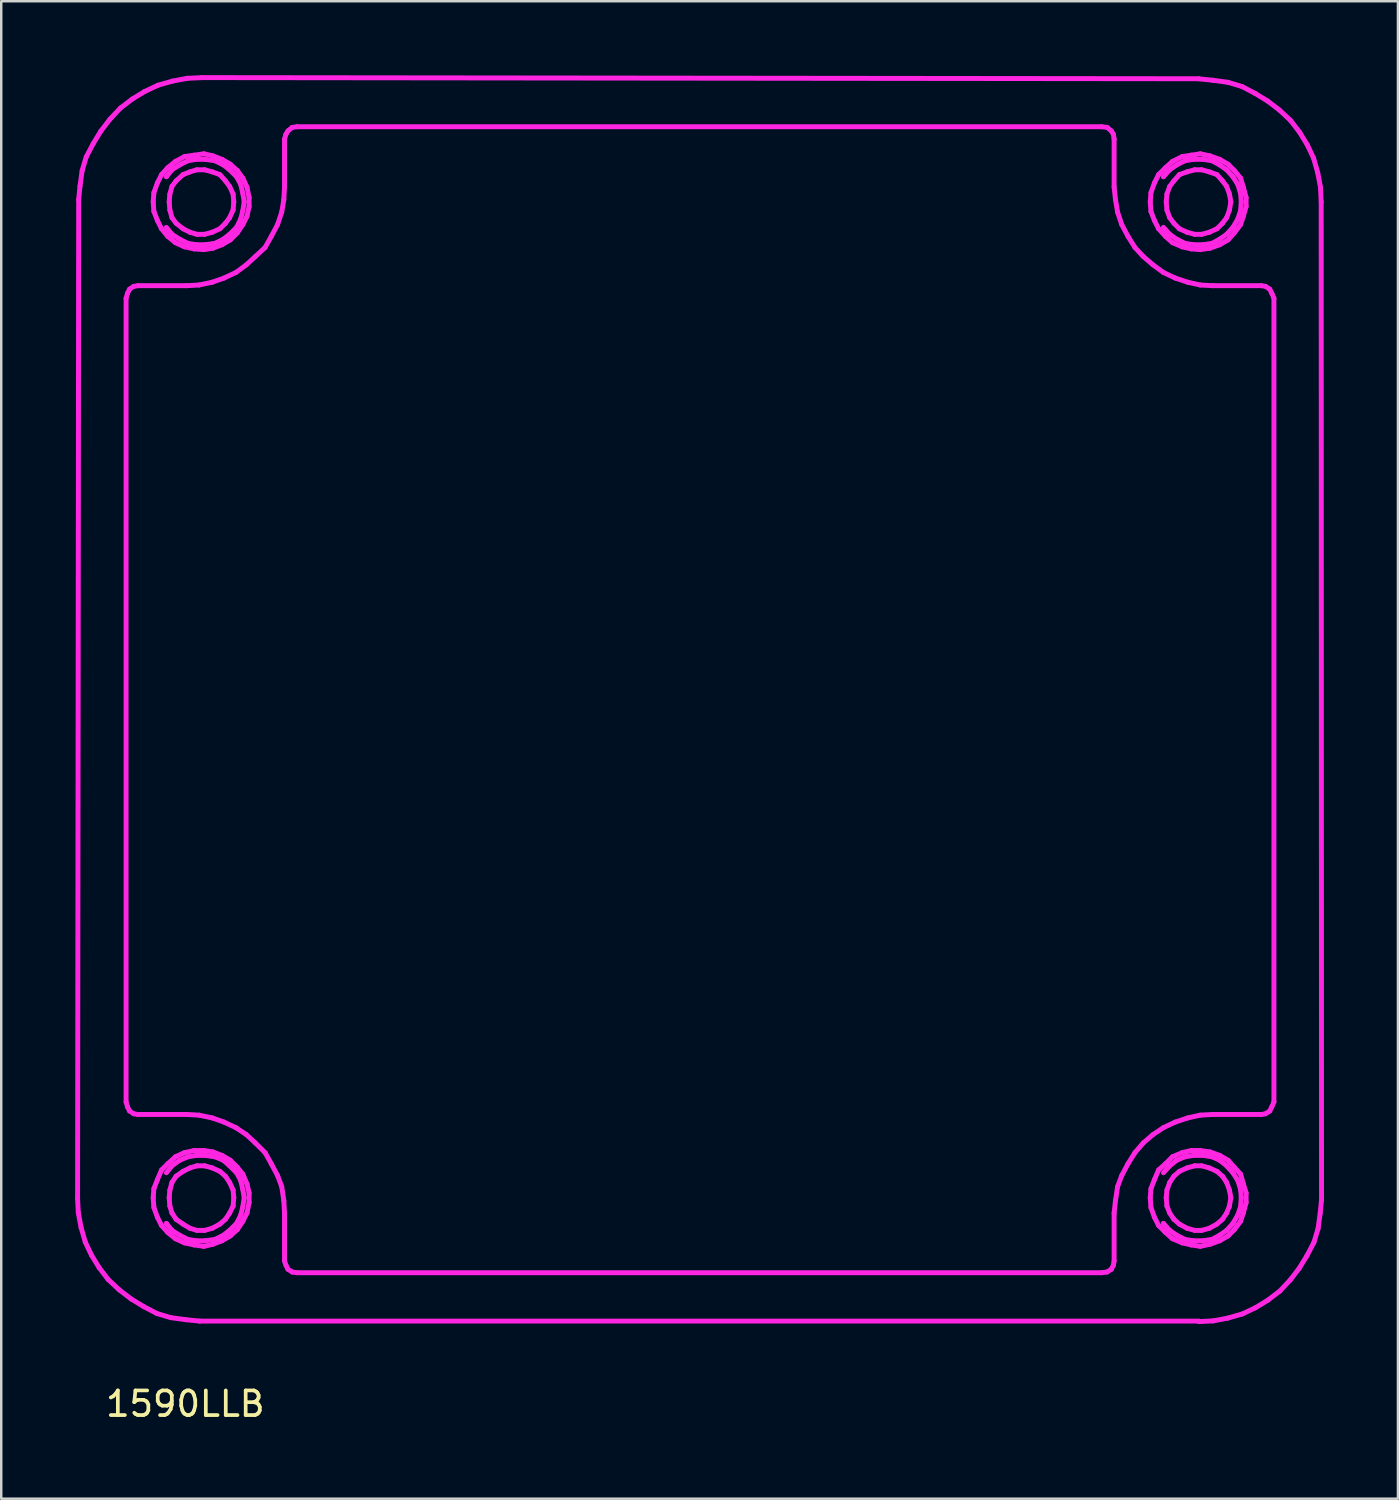
<source format=kicad_pcb>
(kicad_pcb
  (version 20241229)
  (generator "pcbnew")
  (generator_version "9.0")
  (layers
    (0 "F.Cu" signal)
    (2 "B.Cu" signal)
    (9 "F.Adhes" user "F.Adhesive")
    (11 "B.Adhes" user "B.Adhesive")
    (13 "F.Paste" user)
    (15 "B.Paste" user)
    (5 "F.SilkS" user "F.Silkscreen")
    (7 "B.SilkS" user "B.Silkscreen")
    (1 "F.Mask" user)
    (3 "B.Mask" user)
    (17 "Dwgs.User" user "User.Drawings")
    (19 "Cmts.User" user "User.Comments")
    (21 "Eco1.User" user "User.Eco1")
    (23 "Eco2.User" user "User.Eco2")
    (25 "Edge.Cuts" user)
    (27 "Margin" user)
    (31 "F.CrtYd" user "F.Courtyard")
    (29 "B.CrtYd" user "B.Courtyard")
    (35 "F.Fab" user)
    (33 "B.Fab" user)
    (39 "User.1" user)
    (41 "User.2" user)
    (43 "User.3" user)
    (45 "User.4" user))
  (footprint "1590LLB"
    (layer "F.Cu")
    (at 25.272 25.042)
    (property "Reference" "1590LLB" (at -20.8 28.9 0) (layer "F.SilkS") (effects (font (size 1 1) (thickness 0.15))))
    (attr through_hole)
    (fp_line (start -25.143 21.144) (end -25.172 20.553) (stroke (width 0.2) (type solid)) (layer "F.CrtYd"))
    (fp_line (start -25.129 -19.981) (end -25.073 -20.545) (stroke (width 0.2) (type solid)) (layer "F.CrtYd"))
    (fp_line (start -25.128 -20) (end -25.172 20.572) (stroke (width 0.2) (type solid)) (layer "F.CrtYd"))
    (fp_line (start -25.073 -20.545) (end -24.988 -21.164) (stroke (width 0.2) (type solid)) (layer "F.CrtYd"))
    (fp_line (start -25.031 21.736) (end -25.143 21.144) (stroke (width 0.2) (type solid)) (layer "F.CrtYd"))
    (fp_line (start -24.988 -21.164) (end -24.819 -21.728) (stroke (width 0.2) (type solid)) (layer "F.CrtYd"))
    (fp_line (start -24.861 22.328) (end -25.031 21.736) (stroke (width 0.2) (type solid)) (layer "F.CrtYd"))
    (fp_line (start -24.819 -21.728) (end -24.537 -22.263) (stroke (width 0.2) (type solid)) (layer "F.CrtYd"))
    (fp_line (start -24.608 22.863) (end -24.861 22.328) (stroke (width 0.2) (type solid)) (layer "F.CrtYd"))
    (fp_line (start -24.537 -22.263) (end -24.227 -22.771) (stroke (width 0.2) (type solid)) (layer "F.CrtYd"))
    (fp_line (start -24.297 23.371) (end -24.608 22.863) (stroke (width 0.2) (type solid)) (layer "F.CrtYd"))
    (fp_line (start -24.227 -22.771) (end -23.86 -23.25) (stroke (width 0.2) (type solid)) (layer "F.CrtYd"))
    (fp_line (start -23.931 23.85) (end -24.297 23.371) (stroke (width 0.2) (type solid)) (layer "F.CrtYd"))
    (fp_line (start -23.86 -23.25) (end -23.437 -23.701) (stroke (width 0.2) (type solid)) (layer "F.CrtYd"))
    (fp_line (start -23.479 24.272) (end -23.931 23.85) (stroke (width 0.2) (type solid)) (layer "F.CrtYd"))
    (fp_line (start -23.437 -23.701) (end -22.957 -24.067) (stroke (width 0.2) (type solid)) (layer "F.CrtYd"))
    (fp_line (start -23.203 16.644) (end -23.203 -15.987) (stroke (width 0.2) (type solid)) (layer "F.CrtYd"))
    (fp_line (start -23.203 16.644) (end -23.146 16.841) (stroke (width 0.2) (type solid)) (layer "F.CrtYd"))
    (fp_line (start -23.146 -16.184) (end -23.203 -15.987) (stroke (width 0.2) (type solid)) (layer "F.CrtYd"))
    (fp_line (start -23.146 16.841) (end -23.062 17.01) (stroke (width 0.2) (type solid)) (layer "F.CrtYd"))
    (fp_line (start -23.062 -16.353) (end -23.146 -16.184) (stroke (width 0.2) (type solid)) (layer "F.CrtYd"))
    (fp_line (start -23.062 17.01) (end -22.893 17.123) (stroke (width 0.2) (type solid)) (layer "F.CrtYd"))
    (fp_line (start -23 24.639) (end -23.479 24.272) (stroke (width 0.2) (type solid)) (layer "F.CrtYd"))
    (fp_line (start -22.957 -24.067) (end -22.45 -24.377) (stroke (width 0.2) (type solid)) (layer "F.CrtYd"))
    (fp_line (start -22.893 -16.466) (end -23.062 -16.353) (stroke (width 0.2) (type solid)) (layer "F.CrtYd"))
    (fp_line (start -22.893 17.123) (end -22.723 17.151) (stroke (width 0.2) (type solid)) (layer "F.CrtYd"))
    (fp_line (start -22.723 -16.494) (end -20.749 -16.494) (stroke (width 0.2) (type solid)) (layer "F.CrtYd"))
    (fp_line (start -22.723 -16.494) (end -22.893 -16.466) (stroke (width 0.2) (type solid)) (layer "F.CrtYd"))
    (fp_line (start -22.723 17.151) (end -20.749 17.151) (stroke (width 0.2) (type solid)) (layer "F.CrtYd"))
    (fp_line (start -22.492 24.948) (end -23 24.639) (stroke (width 0.2) (type solid)) (layer "F.CrtYd"))
    (fp_line (start -22.45 -24.377) (end -21.914 -24.63) (stroke (width 0.2) (type solid)) (layer "F.CrtYd"))
    (fp_line (start -22.103 20.532) (end -22.075 20.166) (stroke (width 0.2) (type solid)) (layer "F.CrtYd"))
    (fp_line (start -22.103 -19.904) (end -22.075 -20.27) (stroke (width 0.2) (type solid)) (layer "F.CrtYd"))
    (fp_line (start -22.075 -20.27) (end -21.933 -20.665) (stroke (width 0.2) (type solid)) (layer "F.CrtYd"))
    (fp_line (start -22.075 -19.509) (end -22.103 -19.904) (stroke (width 0.2) (type solid)) (layer "F.CrtYd"))
    (fp_line (start -22.075 20.166) (end -21.933 19.8) (stroke (width 0.2) (type solid)) (layer "F.CrtYd"))
    (fp_line (start -22.075 20.927) (end -22.103 20.532) (stroke (width 0.2) (type solid)) (layer "F.CrtYd"))
    (fp_line (start -21.956 25.23) (end -22.492 24.948) (stroke (width 0.2) (type solid)) (layer "F.CrtYd"))
    (fp_line (start -21.933 -20.665) (end -21.764 -21.003) (stroke (width 0.2) (type solid)) (layer "F.CrtYd"))
    (fp_line (start -21.933 -19.143) (end -22.075 -19.509) (stroke (width 0.2) (type solid)) (layer "F.CrtYd"))
    (fp_line (start -21.933 19.8) (end -21.764 19.405) (stroke (width 0.2) (type solid)) (layer "F.CrtYd"))
    (fp_line (start -21.933 21.321) (end -22.075 20.927) (stroke (width 0.2) (type solid)) (layer "F.CrtYd"))
    (fp_line (start -21.914 -24.63) (end -21.321 -24.799) (stroke (width 0.2) (type solid)) (layer "F.CrtYd"))
    (fp_line (start -21.764 -21.003) (end -21.51 -21.285) (stroke (width 0.2) (type solid)) (layer "F.CrtYd"))
    (fp_line (start -21.764 -18.805) (end -21.933 -19.143) (stroke (width 0.2) (type solid)) (layer "F.CrtYd"))
    (fp_line (start -21.764 19.405) (end -21.51 19.152) (stroke (width 0.2) (type solid)) (layer "F.CrtYd"))
    (fp_line (start -21.764 21.659) (end -21.933 21.321) (stroke (width 0.2) (type solid)) (layer "F.CrtYd"))
    (fp_line (start -21.567 -20.918) (end -21.567 -20.918) (stroke (width 0.2) (type solid)) (layer "F.CrtYd"))
    (fp_line (start -21.567 -18.861) (end -21.341 -18.579) (stroke (width 0.2) (type solid)) (layer "F.CrtYd"))
    (fp_line (start -21.567 21.575) (end -21.567 21.575) (stroke (width 0.2) (type solid)) (layer "F.CrtYd"))
    (fp_line (start -21.567 21.575) (end -21.341 21.857) (stroke (width 0.2) (type solid)) (layer "F.CrtYd"))
    (fp_line (start -21.51 -21.285) (end -21.2 -21.538) (stroke (width 0.2) (type solid)) (layer "F.CrtYd"))
    (fp_line (start -21.51 -18.495) (end -21.764 -18.805) (stroke (width 0.2) (type solid)) (layer "F.CrtYd"))
    (fp_line (start -21.51 19.152) (end -21.2 18.87) (stroke (width 0.2) (type solid)) (layer "F.CrtYd"))
    (fp_line (start -21.51 21.941) (end -21.764 21.659) (stroke (width 0.2) (type solid)) (layer "F.CrtYd"))
    (fp_line (start -21.454 20.532) (end -21.426 20.87) (stroke (width 0.2) (type solid)) (layer "F.CrtYd"))
    (fp_line (start -21.454 -19.904) (end -21.426 -19.566) (stroke (width 0.2) (type solid)) (layer "F.CrtYd"))
    (fp_line (start -21.426 20.222) (end -21.454 20.532) (stroke (width 0.2) (type solid)) (layer "F.CrtYd"))
    (fp_line (start -21.426 20.87) (end -21.341 21.152) (stroke (width 0.2) (type solid)) (layer "F.CrtYd"))
    (fp_line (start -21.426 -20.214) (end -21.454 -19.904) (stroke (width 0.2) (type solid)) (layer "F.CrtYd"))
    (fp_line (start -21.426 -19.566) (end -21.341 -19.256) (stroke (width 0.2) (type solid)) (layer "F.CrtYd"))
    (fp_line (start -21.392 25.399) (end -21.956 25.23) (stroke (width 0.2) (type solid)) (layer "F.CrtYd"))
    (fp_line (start -21.341 -21.2) (end -21.567 -20.918) (stroke (width 0.2) (type solid)) (layer "F.CrtYd"))
    (fp_line (start -21.341 -18.579) (end -21.031 -18.382) (stroke (width 0.2) (type solid)) (layer "F.CrtYd"))
    (fp_line (start -21.341 19.912) (end -21.426 20.222) (stroke (width 0.2) (type solid)) (layer "F.CrtYd"))
    (fp_line (start -21.341 21.152) (end -21.172 21.406) (stroke (width 0.2) (type solid)) (layer "F.CrtYd"))
    (fp_line (start -21.341 19.236) (end -21.567 19.518) (stroke (width 0.2) (type solid)) (layer "F.CrtYd"))
    (fp_line (start -21.341 21.857) (end -21.031 22.054) (stroke (width 0.2) (type solid)) (layer "F.CrtYd"))
    (fp_line (start -21.341 -20.524) (end -21.426 -20.214) (stroke (width 0.2) (type solid)) (layer "F.CrtYd"))
    (fp_line (start -21.341 -19.256) (end -21.172 -19.03) (stroke (width 0.2) (type solid)) (layer "F.CrtYd"))
    (fp_line (start -21.321 -24.799) (end -20.729 -24.912) (stroke (width 0.2) (type solid)) (layer "F.CrtYd"))
    (fp_line (start -21.2 -21.538) (end -20.833 -21.735) (stroke (width 0.2) (type solid)) (layer "F.CrtYd"))
    (fp_line (start -21.2 -18.241) (end -21.51 -18.495) (stroke (width 0.2) (type solid)) (layer "F.CrtYd"))
    (fp_line (start -21.2 18.87) (end -20.833 18.701) (stroke (width 0.2) (type solid)) (layer "F.CrtYd"))
    (fp_line (start -21.2 22.195) (end -21.51 21.941) (stroke (width 0.2) (type solid)) (layer "F.CrtYd"))
    (fp_line (start -21.172 19.659) (end -21.341 19.912) (stroke (width 0.2) (type solid)) (layer "F.CrtYd"))
    (fp_line (start -21.172 21.406) (end -20.89 21.603) (stroke (width 0.2) (type solid)) (layer "F.CrtYd"))
    (fp_line (start -21.172 -20.749) (end -21.341 -20.524) (stroke (width 0.2) (type solid)) (layer "F.CrtYd"))
    (fp_line (start -21.172 -19.03) (end -20.89 -18.805) (stroke (width 0.2) (type solid)) (layer "F.CrtYd"))
    (fp_line (start -21.031 -21.397) (end -21.341 -21.2) (stroke (width 0.2) (type solid)) (layer "F.CrtYd"))
    (fp_line (start -21.031 -18.382) (end -20.692 -18.213) (stroke (width 0.2) (type solid)) (layer "F.CrtYd"))
    (fp_line (start -21.031 19.011) (end -21.341 19.236) (stroke (width 0.2) (type solid)) (layer "F.CrtYd"))
    (fp_line (start -21.031 22.054) (end -20.692 22.223) (stroke (width 0.2) (type solid)) (layer "F.CrtYd"))
    (fp_line (start -20.89 19.461) (end -21.172 19.659) (stroke (width 0.2) (type solid)) (layer "F.CrtYd"))
    (fp_line (start -20.89 21.603) (end -20.608 21.772) (stroke (width 0.2) (type solid)) (layer "F.CrtYd"))
    (fp_line (start -20.89 -21.003) (end -21.172 -20.749) (stroke (width 0.2) (type solid)) (layer "F.CrtYd"))
    (fp_line (start -20.89 -18.805) (end -20.608 -18.664) (stroke (width 0.2) (type solid)) (layer "F.CrtYd"))
    (fp_line (start -20.833 -21.735) (end -20.439 -21.792) (stroke (width 0.2) (type solid)) (layer "F.CrtYd"))
    (fp_line (start -20.833 -18.072) (end -21.2 -18.241) (stroke (width 0.2) (type solid)) (layer "F.CrtYd"))
    (fp_line (start -20.833 18.701) (end -20.439 18.616) (stroke (width 0.2) (type solid)) (layer "F.CrtYd"))
    (fp_line (start -20.833 22.364) (end -21.2 22.195) (stroke (width 0.2) (type solid)) (layer "F.CrtYd"))
    (fp_line (start -20.771 25.484) (end -21.392 25.399) (stroke (width 0.2) (type solid)) (layer "F.CrtYd"))
    (fp_line (start -20.749 -16.494) (end -20.241 -16.522) (stroke (width 0.2) (type solid)) (layer "F.CrtYd"))
    (fp_line (start -20.749 17.151) (end -20.241 17.179) (stroke (width 0.2) (type solid)) (layer "F.CrtYd"))
    (fp_line (start -20.729 -24.912) (end -20.137 -24.94) (stroke (width 0.2) (type solid)) (layer "F.CrtYd"))
    (fp_line (start -20.692 -21.566) (end -21.031 -21.397) (stroke (width 0.2) (type solid)) (layer "F.CrtYd"))
    (fp_line (start -20.692 -18.213) (end -20.354 -18.157) (stroke (width 0.2) (type solid)) (layer "F.CrtYd"))
    (fp_line (start -20.692 18.87) (end -21.031 19.011) (stroke (width 0.2) (type solid)) (layer "F.CrtYd"))
    (fp_line (start -20.692 22.223) (end -20.354 22.279) (stroke (width 0.2) (type solid)) (layer "F.CrtYd"))
    (fp_line (start -20.608 19.321) (end -20.89 19.461) (stroke (width 0.2) (type solid)) (layer "F.CrtYd"))
    (fp_line (start -20.608 21.772) (end -20.326 21.857) (stroke (width 0.2) (type solid)) (layer "F.CrtYd"))
    (fp_line (start -20.608 -21.115) (end -20.89 -21.003) (stroke (width 0.2) (type solid)) (layer "F.CrtYd"))
    (fp_line (start -20.608 -18.664) (end -20.326 -18.579) (stroke (width 0.2) (type solid)) (layer "F.CrtYd"))
    (fp_line (start -20.439 -21.792) (end -20.044 -21.848) (stroke (width 0.2) (type solid)) (layer "F.CrtYd"))
    (fp_line (start -20.439 -17.988) (end -20.833 -18.072) (stroke (width 0.2) (type solid)) (layer "F.CrtYd"))
    (fp_line (start -20.439 18.616) (end -20.044 18.616) (stroke (width 0.2) (type solid)) (layer "F.CrtYd"))
    (fp_line (start -20.439 22.448) (end -20.833 22.364) (stroke (width 0.2) (type solid)) (layer "F.CrtYd"))
    (fp_line (start -20.354 -21.623) (end -20.692 -21.566) (stroke (width 0.2) (type solid)) (layer "F.CrtYd"))
    (fp_line (start -20.354 -18.157) (end -19.987 -18.157) (stroke (width 0.2) (type solid)) (layer "F.CrtYd"))
    (fp_line (start -20.354 18.813) (end -20.692 18.87) (stroke (width 0.2) (type solid)) (layer "F.CrtYd"))
    (fp_line (start -20.354 22.279) (end -19.987 22.279) (stroke (width 0.2) (type solid)) (layer "F.CrtYd"))
    (fp_line (start -20.326 19.236) (end -20.608 19.321) (stroke (width 0.2) (type solid)) (layer "F.CrtYd"))
    (fp_line (start -20.326 21.857) (end -20.015 21.857) (stroke (width 0.2) (type solid)) (layer "F.CrtYd"))
    (fp_line (start -20.326 -21.2) (end -20.608 -21.115) (stroke (width 0.2) (type solid)) (layer "F.CrtYd"))
    (fp_line (start -20.326 -18.579) (end -20.015 -18.579) (stroke (width 0.2) (type solid)) (layer "F.CrtYd"))
    (fp_line (start -20.241 -16.522) (end -19.705 -16.635) (stroke (width 0.2) (type solid)) (layer "F.CrtYd"))
    (fp_line (start -20.241 17.179) (end -19.705 17.292) (stroke (width 0.2) (type solid)) (layer "F.CrtYd"))
    (fp_line (start -20.207 25.54) (end -20.771 25.484) (stroke (width 0.2) (type solid)) (layer "F.CrtYd"))
    (fp_line (start -20.134 -24.942) (end 20.348 -24.895) (stroke (width 0.2) (type solid)) (layer "F.CrtYd"))
    (fp_line (start -20.044 -21.848) (end -19.677 -21.764) (stroke (width 0.2) (type solid)) (layer "F.CrtYd"))
    (fp_line (start -20.044 -17.959) (end -20.439 -17.988) (stroke (width 0.2) (type solid)) (layer "F.CrtYd"))
    (fp_line (start -20.044 18.616) (end -19.677 18.672) (stroke (width 0.2) (type solid)) (layer "F.CrtYd"))
    (fp_line (start -20.044 22.505) (end -20.439 22.448) (stroke (width 0.2) (type solid)) (layer "F.CrtYd"))
    (fp_line (start -20.015 19.236) (end -20.326 19.236) (stroke (width 0.2) (type solid)) (layer "F.CrtYd"))
    (fp_line (start -20.015 21.857) (end -19.705 21.772) (stroke (width 0.2) (type solid)) (layer "F.CrtYd"))
    (fp_line (start -20.015 -21.2) (end -20.326 -21.2) (stroke (width 0.2) (type solid)) (layer "F.CrtYd"))
    (fp_line (start -20.015 -18.579) (end -19.705 -18.664) (stroke (width 0.2) (type solid)) (layer "F.CrtYd"))
    (fp_line (start -19.987 -21.623) (end -20.354 -21.623) (stroke (width 0.2) (type solid)) (layer "F.CrtYd"))
    (fp_line (start -19.987 -18.157) (end -19.592 -18.213) (stroke (width 0.2) (type solid)) (layer "F.CrtYd"))
    (fp_line (start -19.987 18.813) (end -20.354 18.813) (stroke (width 0.2) (type solid)) (layer "F.CrtYd"))
    (fp_line (start -19.987 22.279) (end -19.592 22.223) (stroke (width 0.2) (type solid)) (layer "F.CrtYd"))
    (fp_line (start -19.705 17.292) (end -19.226 17.461) (stroke (width 0.2) (type solid)) (layer "F.CrtYd"))
    (fp_line (start -19.705 -16.635) (end -19.226 -16.804) (stroke (width 0.2) (type solid)) (layer "F.CrtYd"))
    (fp_line (start -19.705 19.321) (end -20.015 19.236) (stroke (width 0.2) (type solid)) (layer "F.CrtYd"))
    (fp_line (start -19.705 21.772) (end -19.395 21.603) (stroke (width 0.2) (type solid)) (layer "F.CrtYd"))
    (fp_line (start -19.705 -21.115) (end -20.015 -21.2) (stroke (width 0.2) (type solid)) (layer "F.CrtYd"))
    (fp_line (start -19.705 -18.664) (end -19.395 -18.805) (stroke (width 0.2) (type solid)) (layer "F.CrtYd"))
    (fp_line (start -19.677 -21.764) (end -19.31 -21.623) (stroke (width 0.2) (type solid)) (layer "F.CrtYd"))
    (fp_line (start -19.677 -18.016) (end -20.044 -17.959) (stroke (width 0.2) (type solid)) (layer "F.CrtYd"))
    (fp_line (start -19.677 18.672) (end -19.31 18.813) (stroke (width 0.2) (type solid)) (layer "F.CrtYd"))
    (fp_line (start -19.677 22.42) (end -20.044 22.505) (stroke (width 0.2) (type solid)) (layer "F.CrtYd"))
    (fp_line (start -19.592 -21.566) (end -19.987 -21.623) (stroke (width 0.2) (type solid)) (layer "F.CrtYd"))
    (fp_line (start -19.592 -18.213) (end -19.254 -18.382) (stroke (width 0.2) (type solid)) (layer "F.CrtYd"))
    (fp_line (start -19.592 18.87) (end -19.987 18.813) (stroke (width 0.2) (type solid)) (layer "F.CrtYd"))
    (fp_line (start -19.592 22.223) (end -19.254 22.054) (stroke (width 0.2) (type solid)) (layer "F.CrtYd"))
    (fp_line (start -19.395 19.461) (end -19.705 19.321) (stroke (width 0.2) (type solid)) (layer "F.CrtYd"))
    (fp_line (start -19.395 21.603) (end -19.169 21.406) (stroke (width 0.2) (type solid)) (layer "F.CrtYd"))
    (fp_line (start -19.395 -21.003) (end -19.705 -21.115) (stroke (width 0.2) (type solid)) (layer "F.CrtYd"))
    (fp_line (start -19.395 -18.805) (end -19.169 -19.03) (stroke (width 0.2) (type solid)) (layer "F.CrtYd"))
    (fp_line (start -19.31 -21.623) (end -18.972 -21.425) (stroke (width 0.2) (type solid)) (layer "F.CrtYd"))
    (fp_line (start -19.31 -18.157) (end -19.677 -18.016) (stroke (width 0.2) (type solid)) (layer "F.CrtYd"))
    (fp_line (start -19.31 18.813) (end -18.972 19.011) (stroke (width 0.2) (type solid)) (layer "F.CrtYd"))
    (fp_line (start -19.31 22.279) (end -19.677 22.42) (stroke (width 0.2) (type solid)) (layer "F.CrtYd"))
    (fp_line (start -19.254 -21.397) (end -19.592 -21.566) (stroke (width 0.2) (type solid)) (layer "F.CrtYd"))
    (fp_line (start -19.254 -18.382) (end -19 -18.579) (stroke (width 0.2) (type solid)) (layer "F.CrtYd"))
    (fp_line (start -19.254 19.011) (end -19.592 18.87) (stroke (width 0.2) (type solid)) (layer "F.CrtYd"))
    (fp_line (start -19.254 22.054) (end -19 21.857) (stroke (width 0.2) (type solid)) (layer "F.CrtYd"))
    (fp_line (start -19.226 -16.804) (end -18.746 -17.03) (stroke (width 0.2) (type solid)) (layer "F.CrtYd"))
    (fp_line (start -19.226 17.461) (end -18.746 17.686) (stroke (width 0.2) (type solid)) (layer "F.CrtYd"))
    (fp_line (start -19.169 19.659) (end -19.395 19.461) (stroke (width 0.2) (type solid)) (layer "F.CrtYd"))
    (fp_line (start -19.169 21.406) (end -19 21.152) (stroke (width 0.2) (type solid)) (layer "F.CrtYd"))
    (fp_line (start -19.169 -20.749) (end -19.395 -21.003) (stroke (width 0.2) (type solid)) (layer "F.CrtYd"))
    (fp_line (start -19.169 -19.03) (end -19 -19.256) (stroke (width 0.2) (type solid)) (layer "F.CrtYd"))
    (fp_line (start -19 -21.2) (end -19.254 -21.397) (stroke (width 0.2) (type solid)) (layer "F.CrtYd"))
    (fp_line (start -19 -18.579) (end -18.718 -18.861) (stroke (width 0.2) (type solid)) (layer "F.CrtYd"))
    (fp_line (start -19 19.236) (end -19.254 19.011) (stroke (width 0.2) (type solid)) (layer "F.CrtYd"))
    (fp_line (start -19 19.912) (end -19.169 19.659) (stroke (width 0.2) (type solid)) (layer "F.CrtYd"))
    (fp_line (start -19 21.152) (end -18.859 20.87) (stroke (width 0.2) (type solid)) (layer "F.CrtYd"))
    (fp_line (start -19 21.857) (end -18.718 21.575) (stroke (width 0.2) (type solid)) (layer "F.CrtYd"))
    (fp_line (start -19 -20.524) (end -19.169 -20.749) (stroke (width 0.2) (type solid)) (layer "F.CrtYd"))
    (fp_line (start -19 -19.256) (end -18.859 -19.566) (stroke (width 0.2) (type solid)) (layer "F.CrtYd"))
    (fp_line (start -18.972 -21.425) (end -18.69 -21.172) (stroke (width 0.2) (type solid)) (layer "F.CrtYd"))
    (fp_line (start -18.972 -18.354) (end -19.31 -18.157) (stroke (width 0.2) (type solid)) (layer "F.CrtYd"))
    (fp_line (start -18.972 19.011) (end -18.69 19.292) (stroke (width 0.2) (type solid)) (layer "F.CrtYd"))
    (fp_line (start -18.972 22.082) (end -19.31 22.279) (stroke (width 0.2) (type solid)) (layer "F.CrtYd"))
    (fp_line (start -18.859 20.222) (end -19 19.912) (stroke (width 0.2) (type solid)) (layer "F.CrtYd"))
    (fp_line (start -18.859 20.87) (end -18.831 20.532) (stroke (width 0.2) (type solid)) (layer "F.CrtYd"))
    (fp_line (start -18.859 -20.214) (end -19 -20.524) (stroke (width 0.2) (type solid)) (layer "F.CrtYd"))
    (fp_line (start -18.859 -19.566) (end -18.831 -19.904) (stroke (width 0.2) (type solid)) (layer "F.CrtYd"))
    (fp_line (start -18.831 20.532) (end -18.859 20.222) (stroke (width 0.2) (type solid)) (layer "F.CrtYd"))
    (fp_line (start -18.831 -19.904) (end -18.859 -20.214) (stroke (width 0.2) (type solid)) (layer "F.CrtYd"))
    (fp_line (start -18.746 17.686) (end -18.323 17.968) (stroke (width 0.2) (type solid)) (layer "F.CrtYd"))
    (fp_line (start -18.746 -17.03) (end -18.323 -17.34) (stroke (width 0.2) (type solid)) (layer "F.CrtYd"))
    (fp_line (start -18.718 -20.918) (end -19 -21.2) (stroke (width 0.2) (type solid)) (layer "F.CrtYd"))
    (fp_line (start -18.718 -18.861) (end -18.549 -19.199) (stroke (width 0.2) (type solid)) (layer "F.CrtYd"))
    (fp_line (start -18.718 19.518) (end -19 19.236) (stroke (width 0.2) (type solid)) (layer "F.CrtYd"))
    (fp_line (start -18.718 21.575) (end -18.549 21.237) (stroke (width 0.2) (type solid)) (layer "F.CrtYd"))
    (fp_line (start -18.69 -21.172) (end -18.464 -20.862) (stroke (width 0.2) (type solid)) (layer "F.CrtYd"))
    (fp_line (start -18.69 -18.636) (end -18.972 -18.354) (stroke (width 0.2) (type solid)) (layer "F.CrtYd"))
    (fp_line (start -18.69 19.292) (end -18.464 19.574) (stroke (width 0.2) (type solid)) (layer "F.CrtYd"))
    (fp_line (start -18.69 21.828) (end -18.972 22.082) (stroke (width 0.2) (type solid)) (layer "F.CrtYd"))
    (fp_line (start -18.549 -20.608) (end -18.718 -20.918) (stroke (width 0.2) (type solid)) (layer "F.CrtYd"))
    (fp_line (start -18.549 -19.199) (end -18.464 -19.537) (stroke (width 0.2) (type solid)) (layer "F.CrtYd"))
    (fp_line (start -18.549 19.828) (end -18.718 19.518) (stroke (width 0.2) (type solid)) (layer "F.CrtYd"))
    (fp_line (start -18.549 21.237) (end -18.464 20.899) (stroke (width 0.2) (type solid)) (layer "F.CrtYd"))
    (fp_line (start -18.464 -20.862) (end -18.295 -20.496) (stroke (width 0.2) (type solid)) (layer "F.CrtYd"))
    (fp_line (start -18.464 -18.974) (end -18.69 -18.636) (stroke (width 0.2) (type solid)) (layer "F.CrtYd"))
    (fp_line (start -18.464 -20.242) (end -18.549 -20.608) (stroke (width 0.2) (type solid)) (layer "F.CrtYd"))
    (fp_line (start -18.464 -19.537) (end -18.408 -19.904) (stroke (width 0.2) (type solid)) (layer "F.CrtYd"))
    (fp_line (start -18.464 19.574) (end -18.295 19.969) (stroke (width 0.2) (type solid)) (layer "F.CrtYd"))
    (fp_line (start -18.464 20.194) (end -18.549 19.828) (stroke (width 0.2) (type solid)) (layer "F.CrtYd"))
    (fp_line (start -18.464 20.899) (end -18.408 20.532) (stroke (width 0.2) (type solid)) (layer "F.CrtYd"))
    (fp_line (start -18.464 21.49) (end -18.69 21.828) (stroke (width 0.2) (type solid)) (layer "F.CrtYd"))
    (fp_line (start -18.408 -19.904) (end -18.464 -20.242) (stroke (width 0.2) (type solid)) (layer "F.CrtYd"))
    (fp_line (start -18.408 20.532) (end -18.464 20.194) (stroke (width 0.2) (type solid)) (layer "F.CrtYd"))
    (fp_line (start -18.323 -17.34) (end -17.956 -17.678) (stroke (width 0.2) (type solid)) (layer "F.CrtYd"))
    (fp_line (start -18.323 17.968) (end -17.956 18.306) (stroke (width 0.2) (type solid)) (layer "F.CrtYd"))
    (fp_line (start -18.295 -20.496) (end -18.21 -20.073) (stroke (width 0.2) (type solid)) (layer "F.CrtYd"))
    (fp_line (start -18.295 -19.312) (end -18.464 -18.974) (stroke (width 0.2) (type solid)) (layer "F.CrtYd"))
    (fp_line (start -18.295 19.969) (end -18.21 20.335) (stroke (width 0.2) (type solid)) (layer "F.CrtYd"))
    (fp_line (start -18.295 21.152) (end -18.464 21.49) (stroke (width 0.2) (type solid)) (layer "F.CrtYd"))
    (fp_line (start -18.21 -20.073) (end -18.21 -19.707) (stroke (width 0.2) (type solid)) (layer "F.CrtYd"))
    (fp_line (start -18.21 -19.707) (end -18.295 -19.312) (stroke (width 0.2) (type solid)) (layer "F.CrtYd"))
    (fp_line (start -18.21 20.335) (end -18.21 20.73) (stroke (width 0.2) (type solid)) (layer "F.CrtYd"))
    (fp_line (start -18.21 20.73) (end -18.295 21.152) (stroke (width 0.2) (type solid)) (layer "F.CrtYd"))
    (fp_line (start -17.956 -17.678) (end -17.561 -18.044) (stroke (width 0.2) (type solid)) (layer "F.CrtYd"))
    (fp_line (start -17.956 18.306) (end -17.561 18.701) (stroke (width 0.2) (type solid)) (layer "F.CrtYd"))
    (fp_line (start -17.561 -18.044) (end -17.308 -18.495) (stroke (width 0.2) (type solid)) (layer "F.CrtYd"))
    (fp_line (start -17.561 18.701) (end -17.308 19.152) (stroke (width 0.2) (type solid)) (layer "F.CrtYd"))
    (fp_line (start -17.308 -18.495) (end -17.054 -18.974) (stroke (width 0.2) (type solid)) (layer "F.CrtYd"))
    (fp_line (start -17.308 19.152) (end -17.054 19.631) (stroke (width 0.2) (type solid)) (layer "F.CrtYd"))
    (fp_line (start -17.054 -18.974) (end -16.885 -19.481) (stroke (width 0.2) (type solid)) (layer "F.CrtYd"))
    (fp_line (start -17.054 19.631) (end -16.885 20.081) (stroke (width 0.2) (type solid)) (layer "F.CrtYd"))
    (fp_line (start -16.885 -19.481) (end -16.8 -19.988) (stroke (width 0.2) (type solid)) (layer "F.CrtYd"))
    (fp_line (start -16.885 20.081) (end -16.8 20.645) (stroke (width 0.2) (type solid)) (layer "F.CrtYd"))
    (fp_line (start -16.8 -19.988) (end -16.772 -20.496) (stroke (width 0.2) (type solid)) (layer "F.CrtYd"))
    (fp_line (start -16.8 20.645) (end -16.772 21.152) (stroke (width 0.2) (type solid)) (layer "F.CrtYd"))
    (fp_line (start -16.772 -20.496) (end -16.772 -22.44) (stroke (width 0.2) (type solid)) (layer "F.CrtYd"))
    (fp_line (start -16.772 21.152) (end -16.772 23.097) (stroke (width 0.2) (type solid)) (layer "F.CrtYd"))
    (fp_line (start -16.772 23.097) (end -16.715 23.266) (stroke (width 0.2) (type solid)) (layer "F.CrtYd"))
    (fp_line (start -16.715 -22.637) (end -16.772 -22.44) (stroke (width 0.2) (type solid)) (layer "F.CrtYd"))
    (fp_line (start -16.715 23.266) (end -16.631 23.435) (stroke (width 0.2) (type solid)) (layer "F.CrtYd"))
    (fp_line (start -16.631 -22.778) (end -16.715 -22.637) (stroke (width 0.2) (type solid)) (layer "F.CrtYd"))
    (fp_line (start -16.631 23.435) (end -16.461 23.547) (stroke (width 0.2) (type solid)) (layer "F.CrtYd"))
    (fp_line (start -16.461 23.547) (end -16.264 23.576) (stroke (width 0.2) (type solid)) (layer "F.CrtYd"))
    (fp_line (start -16.461 -22.919) (end -16.631 -22.778) (stroke (width 0.2) (type solid)) (layer "F.CrtYd"))
    (fp_line (start -16.264 -22.947) (end -16.461 -22.919) (stroke (width 0.2) (type solid)) (layer "F.CrtYd"))
    (fp_line (start -16.264 -22.947) (end 16.399 -22.947) (stroke (width 0.2) (type solid)) (layer "F.CrtYd"))
    (fp_line (start 16.399 23.576) (end -16.264 23.576) (stroke (width 0.2) (type solid)) (layer "F.CrtYd"))
    (fp_line (start 16.399 23.576) (end 16.625 23.547) (stroke (width 0.2) (type solid)) (layer "F.CrtYd"))
    (fp_line (start 16.625 23.547) (end 16.794 23.435) (stroke (width 0.2) (type solid)) (layer "F.CrtYd"))
    (fp_line (start 16.625 -22.919) (end 16.399 -22.947) (stroke (width 0.2) (type solid)) (layer "F.CrtYd"))
    (fp_line (start 16.794 23.435) (end 16.879 23.266) (stroke (width 0.2) (type solid)) (layer "F.CrtYd"))
    (fp_line (start 16.794 -22.778) (end 16.625 -22.919) (stroke (width 0.2) (type solid)) (layer "F.CrtYd"))
    (fp_line (start 16.879 23.266) (end 16.907 23.097) (stroke (width 0.2) (type solid)) (layer "F.CrtYd"))
    (fp_line (start 16.879 -22.637) (end 16.794 -22.778) (stroke (width 0.2) (type solid)) (layer "F.CrtYd"))
    (fp_line (start 16.907 -20.496) (end 16.907 -22.44) (stroke (width 0.2) (type solid)) (layer "F.CrtYd"))
    (fp_line (start 16.907 -22.44) (end 16.879 -22.637) (stroke (width 0.2) (type solid)) (layer "F.CrtYd"))
    (fp_line (start 16.907 21.152) (end 16.907 23.097) (stroke (width 0.2) (type solid)) (layer "F.CrtYd"))
    (fp_line (start 16.963 -19.988) (end 16.907 -20.496) (stroke (width 0.2) (type solid)) (layer "F.CrtYd"))
    (fp_line (start 16.963 20.645) (end 16.907 21.152) (stroke (width 0.2) (type solid)) (layer "F.CrtYd"))
    (fp_line (start 17.048 -19.481) (end 16.963 -19.988) (stroke (width 0.2) (type solid)) (layer "F.CrtYd"))
    (fp_line (start 17.048 20.081) (end 16.963 20.645) (stroke (width 0.2) (type solid)) (layer "F.CrtYd"))
    (fp_line (start 17.217 19.631) (end 17.048 20.081) (stroke (width 0.2) (type solid)) (layer "F.CrtYd"))
    (fp_line (start 17.217 -18.974) (end 17.048 -19.481) (stroke (width 0.2) (type solid)) (layer "F.CrtYd"))
    (fp_line (start 17.471 19.152) (end 17.217 19.631) (stroke (width 0.2) (type solid)) (layer "F.CrtYd"))
    (fp_line (start 17.471 -18.495) (end 17.217 -18.974) (stroke (width 0.2) (type solid)) (layer "F.CrtYd"))
    (fp_line (start 17.753 18.701) (end 17.471 19.152) (stroke (width 0.2) (type solid)) (layer "F.CrtYd"))
    (fp_line (start 17.753 -18.044) (end 17.471 -18.495) (stroke (width 0.2) (type solid)) (layer "F.CrtYd"))
    (fp_line (start 18.092 -17.678) (end 17.753 -18.044) (stroke (width 0.2) (type solid)) (layer "F.CrtYd"))
    (fp_line (start 18.092 18.306) (end 17.753 18.701) (stroke (width 0.2) (type solid)) (layer "F.CrtYd"))
    (fp_line (start 18.374 20.532) (end 18.402 20.166) (stroke (width 0.2) (type solid)) (layer "F.CrtYd"))
    (fp_line (start 18.374 -19.904) (end 18.402 -20.27) (stroke (width 0.2) (type solid)) (layer "F.CrtYd"))
    (fp_line (start 18.402 -20.27) (end 18.543 -20.665) (stroke (width 0.2) (type solid)) (layer "F.CrtYd"))
    (fp_line (start 18.402 -19.509) (end 18.374 -19.904) (stroke (width 0.2) (type solid)) (layer "F.CrtYd"))
    (fp_line (start 18.402 20.166) (end 18.543 19.8) (stroke (width 0.2) (type solid)) (layer "F.CrtYd"))
    (fp_line (start 18.402 20.927) (end 18.374 20.532) (stroke (width 0.2) (type solid)) (layer "F.CrtYd"))
    (fp_line (start 18.487 -17.34) (end 18.092 -17.678) (stroke (width 0.2) (type solid)) (layer "F.CrtYd"))
    (fp_line (start 18.487 17.968) (end 18.092 18.306) (stroke (width 0.2) (type solid)) (layer "F.CrtYd"))
    (fp_line (start 18.543 -20.665) (end 18.712 -21.003) (stroke (width 0.2) (type solid)) (layer "F.CrtYd"))
    (fp_line (start 18.543 -19.143) (end 18.402 -19.509) (stroke (width 0.2) (type solid)) (layer "F.CrtYd"))
    (fp_line (start 18.543 19.8) (end 18.712 19.405) (stroke (width 0.2) (type solid)) (layer "F.CrtYd"))
    (fp_line (start 18.543 21.321) (end 18.402 20.927) (stroke (width 0.2) (type solid)) (layer "F.CrtYd"))
    (fp_line (start 18.712 -21.003) (end 18.994 -21.285) (stroke (width 0.2) (type solid)) (layer "F.CrtYd"))
    (fp_line (start 18.712 -18.805) (end 18.543 -19.143) (stroke (width 0.2) (type solid)) (layer "F.CrtYd"))
    (fp_line (start 18.712 21.659) (end 18.543 21.321) (stroke (width 0.2) (type solid)) (layer "F.CrtYd"))
    (fp_line (start 18.712 19.405) (end 18.994 19.152) (stroke (width 0.2) (type solid)) (layer "F.CrtYd"))
    (fp_line (start 18.91 -17.03) (end 18.487 -17.34) (stroke (width 0.2) (type solid)) (layer "F.CrtYd"))
    (fp_line (start 18.91 -18.861) (end 19.164 -18.579) (stroke (width 0.2) (type solid)) (layer "F.CrtYd"))
    (fp_line (start 18.91 17.686) (end 18.487 17.968) (stroke (width 0.2) (type solid)) (layer "F.CrtYd"))
    (fp_line (start 18.91 21.575) (end 18.91 21.575) (stroke (width 0.2) (type solid)) (layer "F.CrtYd"))
    (fp_line (start 18.91 21.575) (end 19.164 21.857) (stroke (width 0.2) (type solid)) (layer "F.CrtYd"))
    (fp_line (start 18.91 -20.918) (end 18.91 -20.918) (stroke (width 0.2) (type solid)) (layer "F.CrtYd"))
    (fp_line (start 18.994 -21.285) (end 19.276 -21.538) (stroke (width 0.2) (type solid)) (layer "F.CrtYd"))
    (fp_line (start 18.994 -18.495) (end 18.712 -18.805) (stroke (width 0.2) (type solid)) (layer "F.CrtYd"))
    (fp_line (start 18.994 19.152) (end 19.276 18.87) (stroke (width 0.2) (type solid)) (layer "F.CrtYd"))
    (fp_line (start 18.994 21.941) (end 18.712 21.659) (stroke (width 0.2) (type solid)) (layer "F.CrtYd"))
    (fp_line (start 19.022 20.532) (end 19.051 20.87) (stroke (width 0.2) (type solid)) (layer "F.CrtYd"))
    (fp_line (start 19.023 -19.904) (end 19.051 -19.566) (stroke (width 0.2) (type solid)) (layer "F.CrtYd"))
    (fp_line (start 19.051 -20.214) (end 19.023 -19.904) (stroke (width 0.2) (type solid)) (layer "F.CrtYd"))
    (fp_line (start 19.051 -19.566) (end 19.164 -19.256) (stroke (width 0.2) (type solid)) (layer "F.CrtYd"))
    (fp_line (start 19.051 20.222) (end 19.022 20.532) (stroke (width 0.2) (type solid)) (layer "F.CrtYd"))
    (fp_line (start 19.051 20.87) (end 19.164 21.152) (stroke (width 0.2) (type solid)) (layer "F.CrtYd"))
    (fp_line (start 19.164 -20.524) (end 19.051 -20.214) (stroke (width 0.2) (type solid)) (layer "F.CrtYd"))
    (fp_line (start 19.164 -19.256) (end 19.333 -19.03) (stroke (width 0.2) (type solid)) (layer "F.CrtYd"))
    (fp_line (start 19.164 -18.579) (end 19.446 -18.382) (stroke (width 0.2) (type solid)) (layer "F.CrtYd"))
    (fp_line (start 19.164 21.857) (end 19.446 22.054) (stroke (width 0.2) (type solid)) (layer "F.CrtYd"))
    (fp_line (start 19.164 19.912) (end 19.051 20.222) (stroke (width 0.2) (type solid)) (layer "F.CrtYd"))
    (fp_line (start 19.164 21.152) (end 19.333 21.406) (stroke (width 0.2) (type solid)) (layer "F.CrtYd"))
    (fp_line (start 19.164 -21.2) (end 18.91 -20.918) (stroke (width 0.2) (type solid)) (layer "F.CrtYd"))
    (fp_line (start 19.164 19.236) (end 18.91 19.518) (stroke (width 0.2) (type solid)) (layer "F.CrtYd"))
    (fp_line (start 19.276 -21.538) (end 19.671 -21.735) (stroke (width 0.2) (type solid)) (layer "F.CrtYd"))
    (fp_line (start 19.276 -18.241) (end 18.994 -18.495) (stroke (width 0.2) (type solid)) (layer "F.CrtYd"))
    (fp_line (start 19.276 18.87) (end 19.671 18.701) (stroke (width 0.2) (type solid)) (layer "F.CrtYd"))
    (fp_line (start 19.276 22.195) (end 18.994 21.941) (stroke (width 0.2) (type solid)) (layer "F.CrtYd"))
    (fp_line (start 19.333 -20.749) (end 19.164 -20.524) (stroke (width 0.2) (type solid)) (layer "F.CrtYd"))
    (fp_line (start 19.333 -19.03) (end 19.558 -18.805) (stroke (width 0.2) (type solid)) (layer "F.CrtYd"))
    (fp_line (start 19.333 19.659) (end 19.164 19.912) (stroke (width 0.2) (type solid)) (layer "F.CrtYd"))
    (fp_line (start 19.333 21.406) (end 19.558 21.603) (stroke (width 0.2) (type solid)) (layer "F.CrtYd"))
    (fp_line (start 19.389 -16.804) (end 18.91 -17.03) (stroke (width 0.2) (type solid)) (layer "F.CrtYd"))
    (fp_line (start 19.389 17.461) (end 18.91 17.686) (stroke (width 0.2) (type solid)) (layer "F.CrtYd"))
    (fp_line (start 19.446 -18.382) (end 19.784 -18.213) (stroke (width 0.2) (type solid)) (layer "F.CrtYd"))
    (fp_line (start 19.446 22.054) (end 19.784 22.223) (stroke (width 0.2) (type solid)) (layer "F.CrtYd"))
    (fp_line (start 19.446 -21.397) (end 19.164 -21.2) (stroke (width 0.2) (type solid)) (layer "F.CrtYd"))
    (fp_line (start 19.446 19.011) (end 19.164 19.236) (stroke (width 0.2) (type solid)) (layer "F.CrtYd"))
    (fp_line (start 19.558 -21.003) (end 19.333 -20.749) (stroke (width 0.2) (type solid)) (layer "F.CrtYd"))
    (fp_line (start 19.558 -18.805) (end 19.869 -18.664) (stroke (width 0.2) (type solid)) (layer "F.CrtYd"))
    (fp_line (start 19.558 19.461) (end 19.333 19.659) (stroke (width 0.2) (type solid)) (layer "F.CrtYd"))
    (fp_line (start 19.558 21.603) (end 19.869 21.772) (stroke (width 0.2) (type solid)) (layer "F.CrtYd"))
    (fp_line (start 19.671 -21.735) (end 20.038 -21.792) (stroke (width 0.2) (type solid)) (layer "F.CrtYd"))
    (fp_line (start 19.671 -18.072) (end 19.276 -18.241) (stroke (width 0.2) (type solid)) (layer "F.CrtYd"))
    (fp_line (start 19.671 18.701) (end 20.038 18.616) (stroke (width 0.2) (type solid)) (layer "F.CrtYd"))
    (fp_line (start 19.671 22.364) (end 19.276 22.195) (stroke (width 0.2) (type solid)) (layer "F.CrtYd"))
    (fp_line (start 19.784 -18.213) (end 20.123 -18.157) (stroke (width 0.2) (type solid)) (layer "F.CrtYd"))
    (fp_line (start 19.784 22.223) (end 20.123 22.279) (stroke (width 0.2) (type solid)) (layer "F.CrtYd"))
    (fp_line (start 19.784 -21.566) (end 19.446 -21.397) (stroke (width 0.2) (type solid)) (layer "F.CrtYd"))
    (fp_line (start 19.784 18.87) (end 19.446 19.011) (stroke (width 0.2) (type solid)) (layer "F.CrtYd"))
    (fp_line (start 19.869 19.321) (end 19.558 19.461) (stroke (width 0.2) (type solid)) (layer "F.CrtYd"))
    (fp_line (start 19.869 21.772) (end 20.179 21.857) (stroke (width 0.2) (type solid)) (layer "F.CrtYd"))
    (fp_line (start 19.869 -21.115) (end 19.558 -21.003) (stroke (width 0.2) (type solid)) (layer "F.CrtYd"))
    (fp_line (start 19.869 -18.664) (end 20.179 -18.579) (stroke (width 0.2) (type solid)) (layer "F.CrtYd"))
    (fp_line (start 19.897 17.292) (end 19.389 17.461) (stroke (width 0.2) (type solid)) (layer "F.CrtYd"))
    (fp_line (start 19.897 -16.635) (end 19.389 -16.804) (stroke (width 0.2) (type solid)) (layer "F.CrtYd"))
    (fp_line (start 20.038 -21.792) (end 20.405 -21.848) (stroke (width 0.2) (type solid)) (layer "F.CrtYd"))
    (fp_line (start 20.038 -17.988) (end 19.671 -18.072) (stroke (width 0.2) (type solid)) (layer "F.CrtYd"))
    (fp_line (start 20.038 18.616) (end 20.405 18.616) (stroke (width 0.2) (type solid)) (layer "F.CrtYd"))
    (fp_line (start 20.038 22.448) (end 19.671 22.364) (stroke (width 0.2) (type solid)) (layer "F.CrtYd"))
    (fp_line (start 20.123 -18.157) (end 20.517 -18.157) (stroke (width 0.2) (type solid)) (layer "F.CrtYd"))
    (fp_line (start 20.123 22.279) (end 20.517 22.279) (stroke (width 0.2) (type solid)) (layer "F.CrtYd"))
    (fp_line (start 20.123 -21.623) (end 19.784 -21.566) (stroke (width 0.2) (type solid)) (layer "F.CrtYd"))
    (fp_line (start 20.123 18.813) (end 19.784 18.87) (stroke (width 0.2) (type solid)) (layer "F.CrtYd"))
    (fp_line (start 20.179 -21.2) (end 19.869 -21.115) (stroke (width 0.2) (type solid)) (layer "F.CrtYd"))
    (fp_line (start 20.179 -18.579) (end 20.461 -18.579) (stroke (width 0.2) (type solid)) (layer "F.CrtYd"))
    (fp_line (start 20.179 19.236) (end 19.869 19.321) (stroke (width 0.2) (type solid)) (layer "F.CrtYd"))
    (fp_line (start 20.179 21.857) (end 20.461 21.857) (stroke (width 0.2) (type solid)) (layer "F.CrtYd"))
    (fp_line (start 20.348 -24.891) (end 20.912 -24.835) (stroke (width 0.2) (type solid)) (layer "F.CrtYd"))
    (fp_line (start 20.354 25.54) (end -20.217 25.54) (stroke (width 0.2) (type solid)) (layer "F.CrtYd"))
    (fp_line (start 20.405 -21.848) (end 20.8 -21.764) (stroke (width 0.2) (type solid)) (layer "F.CrtYd"))
    (fp_line (start 20.405 -17.959) (end 20.038 -17.988) (stroke (width 0.2) (type solid)) (layer "F.CrtYd"))
    (fp_line (start 20.405 -16.522) (end 19.897 -16.635) (stroke (width 0.2) (type solid)) (layer "F.CrtYd"))
    (fp_line (start 20.405 17.179) (end 19.897 17.292) (stroke (width 0.2) (type solid)) (layer "F.CrtYd"))
    (fp_line (start 20.405 18.616) (end 20.8 18.672) (stroke (width 0.2) (type solid)) (layer "F.CrtYd"))
    (fp_line (start 20.405 22.505) (end 20.038 22.448) (stroke (width 0.2) (type solid)) (layer "F.CrtYd"))
    (fp_line (start 20.461 -21.2) (end 20.179 -21.2) (stroke (width 0.2) (type solid)) (layer "F.CrtYd"))
    (fp_line (start 20.461 -18.579) (end 20.771 -18.664) (stroke (width 0.2) (type solid)) (layer "F.CrtYd"))
    (fp_line (start 20.461 19.236) (end 20.179 19.236) (stroke (width 0.2) (type solid)) (layer "F.CrtYd"))
    (fp_line (start 20.461 21.857) (end 20.771 21.772) (stroke (width 0.2) (type solid)) (layer "F.CrtYd"))
    (fp_line (start 20.517 -18.157) (end 20.884 -18.213) (stroke (width 0.2) (type solid)) (layer "F.CrtYd"))
    (fp_line (start 20.517 22.279) (end 20.884 22.223) (stroke (width 0.2) (type solid)) (layer "F.CrtYd"))
    (fp_line (start 20.517 -21.623) (end 20.123 -21.623) (stroke (width 0.2) (type solid)) (layer "F.CrtYd"))
    (fp_line (start 20.517 18.813) (end 20.123 18.813) (stroke (width 0.2) (type solid)) (layer "F.CrtYd"))
    (fp_line (start 20.771 -21.115) (end 20.461 -21.2) (stroke (width 0.2) (type solid)) (layer "F.CrtYd"))
    (fp_line (start 20.771 -18.664) (end 21.082 -18.805) (stroke (width 0.2) (type solid)) (layer "F.CrtYd"))
    (fp_line (start 20.771 19.321) (end 20.461 19.236) (stroke (width 0.2) (type solid)) (layer "F.CrtYd"))
    (fp_line (start 20.771 21.772) (end 21.082 21.603) (stroke (width 0.2) (type solid)) (layer "F.CrtYd"))
    (fp_line (start 20.8 -21.764) (end 21.194 -21.623) (stroke (width 0.2) (type solid)) (layer "F.CrtYd"))
    (fp_line (start 20.8 -18.016) (end 20.405 -17.959) (stroke (width 0.2) (type solid)) (layer "F.CrtYd"))
    (fp_line (start 20.8 18.672) (end 21.194 18.813) (stroke (width 0.2) (type solid)) (layer "F.CrtYd"))
    (fp_line (start 20.8 22.42) (end 20.405 22.505) (stroke (width 0.2) (type solid)) (layer "F.CrtYd"))
    (fp_line (start 20.884 -18.213) (end 21.194 -18.382) (stroke (width 0.2) (type solid)) (layer "F.CrtYd"))
    (fp_line (start 20.884 22.223) (end 21.194 22.054) (stroke (width 0.2) (type solid)) (layer "F.CrtYd"))
    (fp_line (start 20.884 -21.566) (end 20.517 -21.623) (stroke (width 0.2) (type solid)) (layer "F.CrtYd"))
    (fp_line (start 20.884 18.87) (end 20.517 18.813) (stroke (width 0.2) (type solid)) (layer "F.CrtYd"))
    (fp_line (start 20.912 -24.835) (end 21.533 -24.75) (stroke (width 0.2) (type solid)) (layer "F.CrtYd"))
    (fp_line (start 20.912 17.151) (end 20.405 17.179) (stroke (width 0.2) (type solid)) (layer "F.CrtYd"))
    (fp_line (start 20.912 -16.494) (end 20.405 -16.522) (stroke (width 0.2) (type solid)) (layer "F.CrtYd"))
    (fp_line (start 20.928 25.531) (end 20.336 25.56) (stroke (width 0.2) (type solid)) (layer "F.CrtYd"))
    (fp_line (start 21.082 19.461) (end 20.771 19.321) (stroke (width 0.2) (type solid)) (layer "F.CrtYd"))
    (fp_line (start 21.082 21.603) (end 21.307 21.406) (stroke (width 0.2) (type solid)) (layer "F.CrtYd"))
    (fp_line (start 21.082 -21.003) (end 20.771 -21.115) (stroke (width 0.2) (type solid)) (layer "F.CrtYd"))
    (fp_line (start 21.082 -18.805) (end 21.307 -19.03) (stroke (width 0.2) (type solid)) (layer "F.CrtYd"))
    (fp_line (start 21.194 -21.623) (end 21.533 -21.425) (stroke (width 0.2) (type solid)) (layer "F.CrtYd"))
    (fp_line (start 21.194 -18.157) (end 20.8 -18.016) (stroke (width 0.2) (type solid)) (layer "F.CrtYd"))
    (fp_line (start 21.194 -18.382) (end 21.476 -18.579) (stroke (width 0.2) (type solid)) (layer "F.CrtYd"))
    (fp_line (start 21.194 18.813) (end 21.533 19.011) (stroke (width 0.2) (type solid)) (layer "F.CrtYd"))
    (fp_line (start 21.194 22.054) (end 21.476 21.857) (stroke (width 0.2) (type solid)) (layer "F.CrtYd"))
    (fp_line (start 21.194 22.279) (end 20.8 22.42) (stroke (width 0.2) (type solid)) (layer "F.CrtYd"))
    (fp_line (start 21.194 -21.397) (end 20.884 -21.566) (stroke (width 0.2) (type solid)) (layer "F.CrtYd"))
    (fp_line (start 21.194 19.011) (end 20.884 18.87) (stroke (width 0.2) (type solid)) (layer "F.CrtYd"))
    (fp_line (start 21.307 -20.749) (end 21.082 -21.003) (stroke (width 0.2) (type solid)) (layer "F.CrtYd"))
    (fp_line (start 21.307 -19.03) (end 21.476 -19.256) (stroke (width 0.2) (type solid)) (layer "F.CrtYd"))
    (fp_line (start 21.307 19.659) (end 21.082 19.461) (stroke (width 0.2) (type solid)) (layer "F.CrtYd"))
    (fp_line (start 21.307 21.406) (end 21.476 21.152) (stroke (width 0.2) (type solid)) (layer "F.CrtYd"))
    (fp_line (start 21.476 -20.524) (end 21.307 -20.749) (stroke (width 0.2) (type solid)) (layer "F.CrtYd"))
    (fp_line (start 21.476 -19.256) (end 21.589 -19.566) (stroke (width 0.2) (type solid)) (layer "F.CrtYd"))
    (fp_line (start 21.476 -18.579) (end 21.73 -18.861) (stroke (width 0.2) (type solid)) (layer "F.CrtYd"))
    (fp_line (start 21.476 21.857) (end 21.73 21.575) (stroke (width 0.2) (type solid)) (layer "F.CrtYd"))
    (fp_line (start 21.476 19.912) (end 21.307 19.659) (stroke (width 0.2) (type solid)) (layer "F.CrtYd"))
    (fp_line (start 21.476 21.152) (end 21.589 20.87) (stroke (width 0.2) (type solid)) (layer "F.CrtYd"))
    (fp_line (start 21.476 -21.2) (end 21.194 -21.397) (stroke (width 0.2) (type solid)) (layer "F.CrtYd"))
    (fp_line (start 21.476 19.236) (end 21.194 19.011) (stroke (width 0.2) (type solid)) (layer "F.CrtYd"))
    (fp_line (start 21.52 25.419) (end 20.928 25.531) (stroke (width 0.2) (type solid)) (layer "F.CrtYd"))
    (fp_line (start 21.533 -21.425) (end 21.787 -21.172) (stroke (width 0.2) (type solid)) (layer "F.CrtYd"))
    (fp_line (start 21.533 -18.354) (end 21.194 -18.157) (stroke (width 0.2) (type solid)) (layer "F.CrtYd"))
    (fp_line (start 21.533 -24.75) (end 22.097 -24.581) (stroke (width 0.2) (type solid)) (layer "F.CrtYd"))
    (fp_line (start 21.533 19.011) (end 21.787 19.292) (stroke (width 0.2) (type solid)) (layer "F.CrtYd"))
    (fp_line (start 21.533 22.082) (end 21.194 22.279) (stroke (width 0.2) (type solid)) (layer "F.CrtYd"))
    (fp_line (start 21.589 20.222) (end 21.476 19.912) (stroke (width 0.2) (type solid)) (layer "F.CrtYd"))
    (fp_line (start 21.589 20.87) (end 21.646 20.532) (stroke (width 0.2) (type solid)) (layer "F.CrtYd"))
    (fp_line (start 21.589 -20.214) (end 21.476 -20.524) (stroke (width 0.2) (type solid)) (layer "F.CrtYd"))
    (fp_line (start 21.589 -19.566) (end 21.646 -19.904) (stroke (width 0.2) (type solid)) (layer "F.CrtYd"))
    (fp_line (start 21.646 -19.904) (end 21.589 -20.214) (stroke (width 0.2) (type solid)) (layer "F.CrtYd"))
    (fp_line (start 21.646 20.532) (end 21.589 20.222) (stroke (width 0.2) (type solid)) (layer "F.CrtYd"))
    (fp_line (start 21.73 -18.861) (end 21.928 -19.199) (stroke (width 0.2) (type solid)) (layer "F.CrtYd"))
    (fp_line (start 21.73 21.575) (end 21.928 21.237) (stroke (width 0.2) (type solid)) (layer "F.CrtYd"))
    (fp_line (start 21.73 -20.918) (end 21.476 -21.2) (stroke (width 0.2) (type solid)) (layer "F.CrtYd"))
    (fp_line (start 21.73 19.518) (end 21.476 19.236) (stroke (width 0.2) (type solid)) (layer "F.CrtYd"))
    (fp_line (start 21.787 -21.172) (end 22.041 -20.862) (stroke (width 0.2) (type solid)) (layer "F.CrtYd"))
    (fp_line (start 21.787 -18.636) (end 21.533 -18.354) (stroke (width 0.2) (type solid)) (layer "F.CrtYd"))
    (fp_line (start 21.787 19.292) (end 22.041 19.574) (stroke (width 0.2) (type solid)) (layer "F.CrtYd"))
    (fp_line (start 21.787 21.828) (end 21.533 22.082) (stroke (width 0.2) (type solid)) (layer "F.CrtYd"))
    (fp_line (start 21.928 -19.199) (end 22.041 -19.537) (stroke (width 0.2) (type solid)) (layer "F.CrtYd"))
    (fp_line (start 21.928 21.237) (end 22.041 20.899) (stroke (width 0.2) (type solid)) (layer "F.CrtYd"))
    (fp_line (start 21.928 -20.608) (end 21.73 -20.918) (stroke (width 0.2) (type solid)) (layer "F.CrtYd"))
    (fp_line (start 21.928 19.828) (end 21.73 19.518) (stroke (width 0.2) (type solid)) (layer "F.CrtYd"))
    (fp_line (start 22.041 -20.862) (end 22.153 -20.496) (stroke (width 0.2) (type solid)) (layer "F.CrtYd"))
    (fp_line (start 22.041 -18.974) (end 21.787 -18.636) (stroke (width 0.2) (type solid)) (layer "F.CrtYd"))
    (fp_line (start 22.041 -19.537) (end 22.069 -19.904) (stroke (width 0.2) (type solid)) (layer "F.CrtYd"))
    (fp_line (start 22.041 19.574) (end 22.153 19.969) (stroke (width 0.2) (type solid)) (layer "F.CrtYd"))
    (fp_line (start 22.041 20.899) (end 22.069 20.532) (stroke (width 0.2) (type solid)) (layer "F.CrtYd"))
    (fp_line (start 22.041 21.49) (end 21.787 21.828) (stroke (width 0.2) (type solid)) (layer "F.CrtYd"))
    (fp_line (start 22.041 -20.242) (end 21.928 -20.608) (stroke (width 0.2) (type solid)) (layer "F.CrtYd"))
    (fp_line (start 22.041 20.194) (end 21.928 19.828) (stroke (width 0.2) (type solid)) (layer "F.CrtYd"))
    (fp_line (start 22.069 -19.904) (end 22.041 -20.242) (stroke (width 0.2) (type solid)) (layer "F.CrtYd"))
    (fp_line (start 22.069 20.532) (end 22.041 20.194) (stroke (width 0.2) (type solid)) (layer "F.CrtYd"))
    (fp_line (start 22.097 -24.581) (end 22.633 -24.3) (stroke (width 0.2) (type solid)) (layer "F.CrtYd"))
    (fp_line (start 22.113 25.25) (end 21.52 25.419) (stroke (width 0.2) (type solid)) (layer "F.CrtYd"))
    (fp_line (start 22.153 -20.496) (end 22.266 -20.073) (stroke (width 0.2) (type solid)) (layer "F.CrtYd"))
    (fp_line (start 22.153 -19.312) (end 22.041 -18.974) (stroke (width 0.2) (type solid)) (layer "F.CrtYd"))
    (fp_line (start 22.153 19.969) (end 22.266 20.335) (stroke (width 0.2) (type solid)) (layer "F.CrtYd"))
    (fp_line (start 22.153 21.152) (end 22.041 21.49) (stroke (width 0.2) (type solid)) (layer "F.CrtYd"))
    (fp_line (start 22.266 -20.073) (end 22.266 -19.707) (stroke (width 0.2) (type solid)) (layer "F.CrtYd"))
    (fp_line (start 22.266 -19.707) (end 22.153 -19.312) (stroke (width 0.2) (type solid)) (layer "F.CrtYd"))
    (fp_line (start 22.266 20.335) (end 22.266 20.73) (stroke (width 0.2) (type solid)) (layer "F.CrtYd"))
    (fp_line (start 22.266 20.73) (end 22.153 21.152) (stroke (width 0.2) (type solid)) (layer "F.CrtYd"))
    (fp_line (start 22.633 -24.3) (end 23.141 -23.99) (stroke (width 0.2) (type solid)) (layer "F.CrtYd"))
    (fp_line (start 22.649 24.996) (end 22.113 25.25) (stroke (width 0.2) (type solid)) (layer "F.CrtYd"))
    (fp_line (start 22.887 -16.494) (end 20.912 -16.494) (stroke (width 0.2) (type solid)) (layer "F.CrtYd"))
    (fp_line (start 22.887 17.151) (end 23.056 17.123) (stroke (width 0.2) (type solid)) (layer "F.CrtYd"))
    (fp_line (start 22.887 17.151) (end 20.912 17.151) (stroke (width 0.2) (type solid)) (layer "F.CrtYd"))
    (fp_line (start 23.056 17.123) (end 23.225 17.01) (stroke (width 0.2) (type solid)) (layer "F.CrtYd"))
    (fp_line (start 23.056 -16.466) (end 22.887 -16.494) (stroke (width 0.2) (type solid)) (layer "F.CrtYd"))
    (fp_line (start 23.141 -23.99) (end 23.62 -23.623) (stroke (width 0.2) (type solid)) (layer "F.CrtYd"))
    (fp_line (start 23.156 24.686) (end 22.649 24.996) (stroke (width 0.2) (type solid)) (layer "F.CrtYd"))
    (fp_line (start 23.225 -16.353) (end 23.056 -16.466) (stroke (width 0.2) (type solid)) (layer "F.CrtYd"))
    (fp_line (start 23.225 17.01) (end 23.31 16.841) (stroke (width 0.2) (type solid)) (layer "F.CrtYd"))
    (fp_line (start 23.31 -16.184) (end 23.225 -16.353) (stroke (width 0.2) (type solid)) (layer "F.CrtYd"))
    (fp_line (start 23.31 16.841) (end 23.395 16.644) (stroke (width 0.2) (type solid)) (layer "F.CrtYd"))
    (fp_line (start 23.395 -15.987) (end 23.395 16.644) (stroke (width 0.2) (type solid)) (layer "F.CrtYd"))
    (fp_line (start 23.395 -15.987) (end 23.31 -16.184) (stroke (width 0.2) (type solid)) (layer "F.CrtYd"))
    (fp_line (start 23.62 -23.623) (end 24.071 -23.201) (stroke (width 0.2) (type solid)) (layer "F.CrtYd"))
    (fp_line (start 23.636 24.32) (end 23.156 24.686) (stroke (width 0.2) (type solid)) (layer "F.CrtYd"))
    (fp_line (start 24.059 23.869) (end 23.636 24.32) (stroke (width 0.2) (type solid)) (layer "F.CrtYd"))
    (fp_line (start 24.071 -23.201) (end 24.438 -22.722) (stroke (width 0.2) (type solid)) (layer "F.CrtYd"))
    (fp_line (start 24.426 23.39) (end 24.059 23.869) (stroke (width 0.2) (type solid)) (layer "F.CrtYd"))
    (fp_line (start 24.438 -22.722) (end 24.748 -22.214) (stroke (width 0.2) (type solid)) (layer "F.CrtYd"))
    (fp_line (start 24.736 22.883) (end 24.426 23.39) (stroke (width 0.2) (type solid)) (layer "F.CrtYd"))
    (fp_line (start 24.748 -22.214) (end 25.002 -21.679) (stroke (width 0.2) (type solid)) (layer "F.CrtYd"))
    (fp_line (start 25.002 -21.679) (end 25.172 -21.087) (stroke (width 0.2) (type solid)) (layer "F.CrtYd"))
    (fp_line (start 25.018 22.347) (end 24.736 22.883) (stroke (width 0.2) (type solid)) (layer "F.CrtYd"))
    (fp_line (start 25.172 -21.087) (end 25.284 -20.496) (stroke (width 0.2) (type solid)) (layer "F.CrtYd"))
    (fp_line (start 25.187 21.784) (end 25.018 22.347) (stroke (width 0.2) (type solid)) (layer "F.CrtYd"))
    (fp_line (start 25.272 21.164) (end 25.187 21.784) (stroke (width 0.2) (type solid)) (layer "F.CrtYd"))
    (fp_line (start 25.284 -20.496) (end 25.313 -19.904) (stroke (width 0.2) (type solid)) (layer "F.CrtYd"))
    (fp_line (start 25.313 -19.904) (end 25.327 20.615) (stroke (width 0.2) (type solid)) (layer "F.CrtYd"))
    (fp_line (start 25.328 20.6) (end 25.272 21.164) (stroke (width 0.2) (type solid)) (layer "F.CrtYd")))
  (gr_rect
    (start -3 -3)
    (end 53.701 57.791)
    (stroke (width 0.1) (type default))
    (fill no)
    (layer "Edge.Cuts")))
</source>
